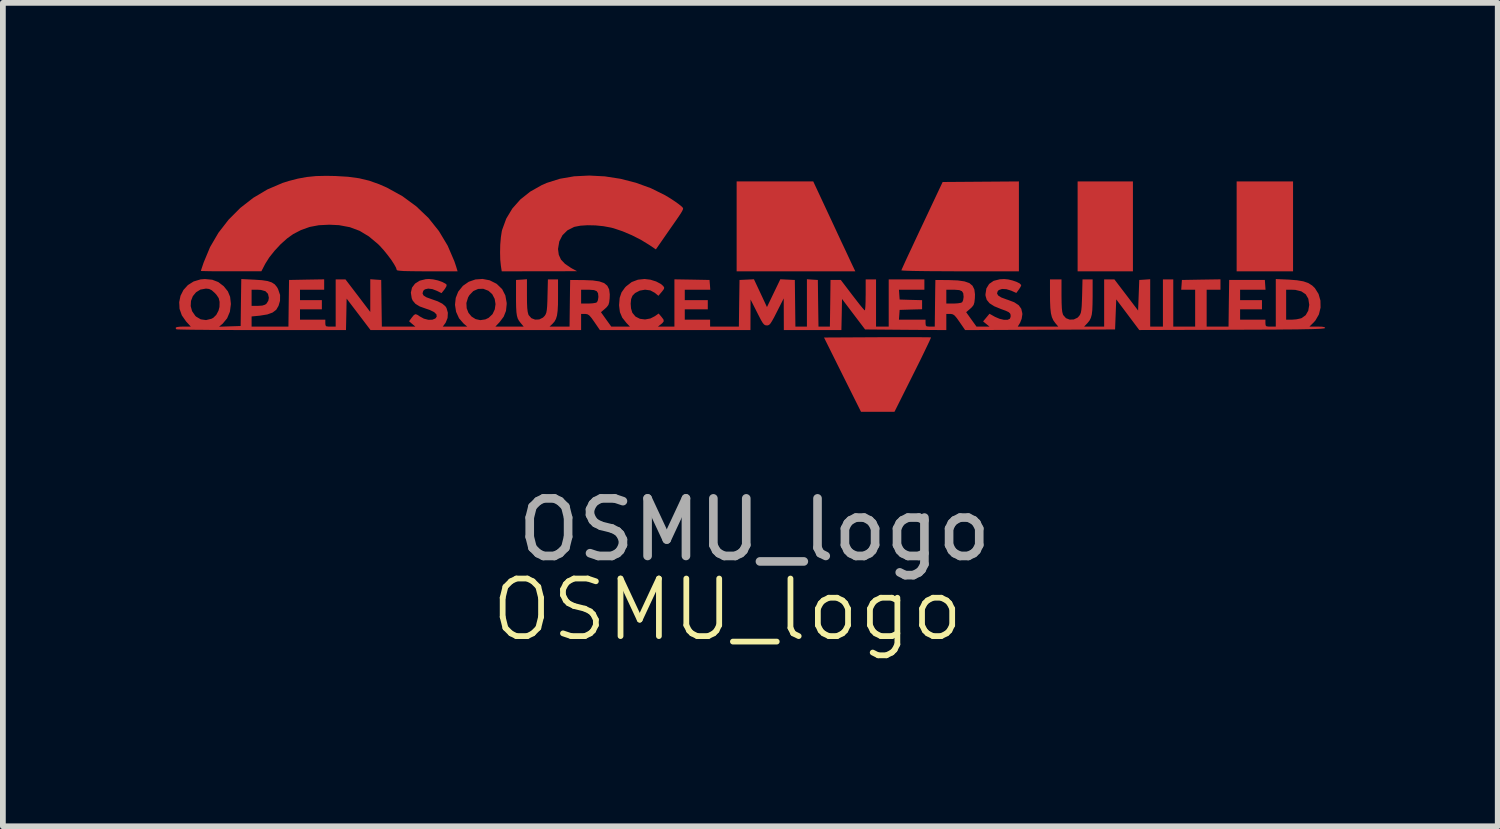
<source format=kicad_pcb>
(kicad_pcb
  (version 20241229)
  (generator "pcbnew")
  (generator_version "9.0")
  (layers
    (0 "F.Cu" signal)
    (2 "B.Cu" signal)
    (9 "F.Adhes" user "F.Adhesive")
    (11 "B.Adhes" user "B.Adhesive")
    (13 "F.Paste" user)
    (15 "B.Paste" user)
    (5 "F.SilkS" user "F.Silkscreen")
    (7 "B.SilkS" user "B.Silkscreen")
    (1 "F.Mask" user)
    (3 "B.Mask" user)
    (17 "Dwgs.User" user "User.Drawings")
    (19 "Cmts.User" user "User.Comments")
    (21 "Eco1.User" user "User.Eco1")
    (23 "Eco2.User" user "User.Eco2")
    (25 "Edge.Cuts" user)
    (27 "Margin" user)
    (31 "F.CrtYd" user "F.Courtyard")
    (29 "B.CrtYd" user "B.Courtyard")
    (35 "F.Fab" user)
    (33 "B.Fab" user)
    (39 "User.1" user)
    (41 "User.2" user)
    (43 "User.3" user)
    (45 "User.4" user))
  (footprint "OSMU_logo"
    (layer "F.Cu")
    (at 9.708 2.144)
    (property "Reference" "OSMU_logo" (at -0.12 5.4 0) (unlocked yes) (layer "F.SilkS") (effects (font (size 1 1) (thickness 0.1))))
    (attr smd)
    (fp_poly (pts (xy 6.925 -1.261) (xy 6.925 -0.48) (xy 6.445 -0.48) (xy 5.964 -0.48) (xy 5.964 -1.261) (xy 5.964 -2.042) (xy 6.445 -2.042) (xy 6.925 -2.042)) (stroke (width 0) (type solid)) (fill yes) (layer "F.Cu"))
    (fp_poly (pts (xy 9.707 -1.261) (xy 9.707 -0.48) (xy 9.217 -0.48) (xy 8.727 -0.48) (xy 8.727 -1.261) (xy 8.727 -2.042) (xy 9.217 -2.042) (xy 9.707 -2.042)) (stroke (width 0) (type solid)) (fill yes) (layer "F.Cu"))
    (fp_poly (pts (xy 0.705 -2.042) (xy 1.371 -2.042) (xy 1.71 -1.316) (xy 1.785 -1.155) (xy 1.855 -1.004) (xy 1.92 -0.867) (xy 1.976 -0.747) (xy 2.021 -0.65) (xy 2.054 -0.58) (xy 2.073 -0.541) (xy 2.075 -0.536) (xy 2.102 -0.48) (xy 1.071 -0.48) (xy 0.04 -0.48) (xy 0.04 -1.261) (xy 0.04 -2.042)) (stroke (width 0) (type solid)) (fill yes) (layer "F.Cu"))
    (fp_poly (pts (xy 3.146 0.664) (xy 3.261 0.665) (xy 3.346 0.665) (xy 3.4 0.667) (xy 3.417 0.668) (xy 3.41 0.687) (xy 3.387 0.738) (xy 3.35 0.816) (xy 3.301 0.918) (xy 3.242 1.04) (xy 3.174 1.177) (xy 3.103 1.319) (xy 2.782 1.961) (xy 2.491 1.961) (xy 2.201 1.961) (xy 1.879 1.316) (xy 1.558 0.67) (xy 2.483 0.665) (xy 2.672 0.664) (xy 2.848 0.664) (xy 3.007 0.664)) (stroke (width 0) (type solid)) (fill yes) (layer "F.Cu"))
    (fp_poly (pts (xy 4.944 -1.261) (xy 4.944 -0.48) (xy 3.923 -0.48) (xy 3.725 -0.481) (xy 3.54 -0.482) (xy 3.371 -0.483) (xy 3.222 -0.485) (xy 3.097 -0.487) (xy 3 -0.49) (xy 2.934 -0.493) (xy 2.904 -0.496) (xy 2.902 -0.497) (xy 2.91 -0.518) (xy 2.934 -0.571) (xy 2.971 -0.653) (xy 3.02 -0.759) (xy 3.08 -0.886) (xy 3.147 -1.03) (xy 3.221 -1.188) (xy 3.261 -1.272) (xy 3.619 -2.032) (xy 4.282 -2.037) (xy 4.944 -2.042)) (stroke (width 0) (type solid)) (fill yes) (layer "F.Cu"))
    (fp_poly (pts (xy -2.251 -2.13) (xy -1.979 -2.088) (xy -1.71 -2.019) (xy -1.451 -1.925) (xy -1.208 -1.805) (xy -1.105 -1.743) (xy -1.031 -1.694) (xy -0.967 -1.648) (xy -0.923 -1.613) (xy -0.912 -1.603) (xy -0.901 -1.591) (xy -0.893 -1.582) (xy -0.89 -1.569) (xy -0.895 -1.551) (xy -0.909 -1.522) (xy -0.935 -1.479) (xy -0.976 -1.418) (xy -1.033 -1.336) (xy -1.109 -1.227) (xy -1.186 -1.116) (xy -1.363 -0.861) (xy -1.485 -0.943) (xy -1.624 -1.028) (xy -1.782 -1.108) (xy -1.945 -1.177) (xy -2.097 -1.228) (xy -2.143 -1.24) (xy -2.273 -1.264) (xy -2.412 -1.278) (xy -2.55 -1.281) (xy -2.674 -1.273) (xy -2.773 -1.254) (xy -2.786 -1.25) (xy -2.9 -1.192) (xy -2.986 -1.107) (xy -3.041 -1) (xy -3.062 -0.876) (xy -3.063 -0.866) (xy -3.05 -0.768) (xy -3.012 -0.684) (xy -2.942 -0.61) (xy -2.837 -0.539) (xy -2.814 -0.526) (xy -2.732 -0.482) (xy -3.387 -0.481) (xy -4.041 -0.48) (xy -4.056 -0.576) (xy -4.067 -0.683) (xy -4.07 -0.81) (xy -4.067 -0.945) (xy -4.056 -1.072) (xy -4.04 -1.177) (xy -4.034 -1.201) (xy -3.963 -1.395) (xy -3.857 -1.571) (xy -3.717 -1.729) (xy -3.546 -1.865) (xy -3.346 -1.978) (xy -3.26 -2.016) (xy -3.032 -2.088) (xy -2.783 -2.131) (xy -2.521 -2.144)) (stroke (width 0) (type solid)) (fill yes) (layer "F.Cu"))
    (fp_poly (pts (xy -6.929 -2.136) (xy -6.711 -2.123) (xy -6.52 -2.097) (xy -6.344 -2.055) (xy -6.172 -1.994) (xy -6.035 -1.934) (xy -5.767 -1.786) (xy -5.527 -1.61) (xy -5.314 -1.407) (xy -5.132 -1.179) (xy -4.981 -0.927) (xy -4.864 -0.655) (xy -4.834 -0.566) (xy -4.808 -0.48) (xy -5.336 -0.48) (xy -5.508 -0.481) (xy -5.642 -0.483) (xy -5.742 -0.485) (xy -5.81 -0.49) (xy -5.85 -0.495) (xy -5.865 -0.503) (xy -5.865 -0.504) (xy -5.878 -0.544) (xy -5.912 -0.605) (xy -5.962 -0.682) (xy -6.024 -0.764) (xy -6.09 -0.846) (xy -6.157 -0.92) (xy -6.19 -0.953) (xy -6.349 -1.086) (xy -6.509 -1.183) (xy -6.68 -1.247) (xy -6.868 -1.282) (xy -7.036 -1.29) (xy -7.219 -1.281) (xy -7.378 -1.251) (xy -7.527 -1.198) (xy -7.664 -1.127) (xy -7.769 -1.052) (xy -7.881 -0.952) (xy -7.988 -0.837) (xy -8.081 -0.72) (xy -8.149 -0.612) (xy -8.217 -0.481) (xy -8.742 -0.481) (xy -8.882 -0.481) (xy -9.009 -0.481) (xy -9.115 -0.482) (xy -9.198 -0.484) (xy -9.25 -0.485) (xy -9.268 -0.487) (xy -9.262 -0.508) (xy -9.246 -0.556) (xy -9.223 -0.624) (xy -9.218 -0.638) (xy -9.108 -0.902) (xy -8.963 -1.15) (xy -8.787 -1.377) (xy -8.585 -1.58) (xy -8.358 -1.757) (xy -8.112 -1.903) (xy -7.848 -2.016) (xy -7.74 -2.05) (xy -7.581 -2.091) (xy -7.427 -2.119) (xy -7.267 -2.135) (xy -7.09 -2.139)) (stroke (width 0) (type solid)) (fill yes) (layer "F.Cu"))
    (fp_poly (pts (xy -4.25 -0.324) (xy -4.133 -0.265) (xy -4.125 -0.259) (xy -4.034 -0.171) (xy -3.978 -0.061) (xy -3.955 0.069) (xy -3.955 0.09) (xy -3.967 0.207) (xy -4.007 0.308) (xy -4.08 0.405) (xy -4.09 0.415) (xy -4.151 0.48) (xy -3.905 0.48) (xy -3.66 0.48) (xy -3.711 0.419) (xy -3.741 0.38) (xy -3.763 0.34) (xy -3.777 0.292) (xy -3.786 0.229) (xy -3.791 0.143) (xy -3.793 0.028) (xy -3.793 -0.04) (xy -3.793 -0.33) (xy -3.698 -0.336) (xy -3.603 -0.343) (xy -3.603 -0.06) (xy -3.602 0.066) (xy -3.598 0.158) (xy -3.59 0.223) (xy -3.579 0.267) (xy -3.573 0.281) (xy -3.526 0.334) (xy -3.461 0.359) (xy -3.39 0.356) (xy -3.325 0.324) (xy -3.295 0.294) (xy -3.278 0.267) (xy -3.266 0.235) (xy -3.258 0.19) (xy -3.252 0.125) (xy -3.248 0.033) (xy -3.246 -0.052) (xy -3.239 -0.34) (xy -3.151 -0.34) (xy -3.063 -0.34) (xy -3.063 -0.039) (xy -3.064 0.1) (xy -3.07 0.207) (xy -3.081 0.287) (xy -3.099 0.347) (xy -3.125 0.394) (xy -3.161 0.434) (xy -3.164 0.437) (xy -3.21 0.48) (xy -3.037 0.48) (xy -2.863 0.48) (xy -2.858 0.075) (xy -2.855 -0.16) (xy -2.662 -0.16) (xy -2.662 -0.04) (xy -2.662 0.08) (xy -2.536 0.08) (xy -2.464 0.076) (xy -2.409 0.067) (xy -2.386 0.056) (xy -2.37 0.021) (xy -2.362 -0.033) (xy -2.362 -0.04) (xy -2.368 -0.099) (xy -2.391 -0.135) (xy -2.437 -0.154) (xy -2.515 -0.16) (xy -2.536 -0.16) (xy -2.662 -0.16) (xy -2.855 -0.16) (xy -2.852 -0.33) (xy -2.612 -0.328) (xy -2.461 -0.322) (xy -2.346 -0.305) (xy -2.262 -0.276) (xy -2.207 -0.23) (xy -2.175 -0.166) (xy -2.164 -0.081) (xy -2.166 -0.013) (xy -2.174 0.058) (xy -2.188 0.104) (xy -2.216 0.141) (xy -2.246 0.169) (xy -2.317 0.23) (xy -2.228 0.355) (xy -2.138 0.48) (xy -1.976 0.48) (xy -1.814 0.48) (xy -1.876 0.415) (xy -1.948 0.324) (xy -1.988 0.229) (xy -2.002 0.117) (xy -2.002 0.1) (xy -1.992 -0.019) (xy -1.96 -0.114) (xy -1.9 -0.198) (xy -1.88 -0.219) (xy -1.783 -0.294) (xy -1.674 -0.335) (xy -1.56 -0.347) (xy -1.459 -0.335) (xy -1.359 -0.304) (xy -1.274 -0.259) (xy -1.236 -0.225) (xy -1.219 -0.2) (xy -1.222 -0.175) (xy -1.249 -0.138) (xy -1.262 -0.122) (xy -1.319 -0.055) (xy -1.382 -0.107) (xy -1.46 -0.149) (xy -1.551 -0.161) (xy -1.643 -0.145) (xy -1.724 -0.103) (xy -1.77 -0.056) (xy -1.793 0.002) (xy -1.801 0.081) (xy -1.795 0.163) (xy -1.774 0.234) (xy -1.771 0.241) (xy -1.717 0.306) (xy -1.64 0.345) (xy -1.551 0.356) (xy -1.458 0.339) (xy -1.38 0.299) (xy -1.315 0.253) (xy -1.268 0.308) (xy -1.232 0.355) (xy -1.226 0.387) (xy -1.249 0.418) (xy -1.274 0.439) (xy -1.327 0.48) (xy -1.184 0.48) (xy -1.041 0.48) (xy -1.041 0.069) (xy -1.041 -0.341) (xy -0.736 -0.336) (xy -0.431 -0.33) (xy -0.424 -0.245) (xy -0.418 -0.16) (xy -0.64 -0.16) (xy -0.861 -0.16) (xy -0.861 -0.07) (xy -0.861 0.02) (xy -0.661 0.02) (xy -0.461 0.02) (xy -0.461 0.1) (xy -0.461 0.18) (xy -0.661 0.18) (xy -0.861 0.18) (xy -0.861 0.27) (xy -0.861 0.36) (xy -0.641 0.36) (xy -0.421 0.36) (xy -0.421 0.42) (xy -0.421 0.48) (xy -0.171 0.48) (xy 0.079 0.48) (xy 0.084 0.075) (xy 0.09 -0.33) (xy 0.215 -0.336) (xy 0.341 -0.342) (xy 0.454 -0.101) (xy 0.567 0.141) (xy 0.683 -0.101) (xy 0.799 -0.342) (xy 0.925 -0.336) (xy 1.051 -0.33) (xy 1.056 0.075) (xy 1.061 0.48) (xy 1.161 0.48) (xy 1.261 0.48) (xy 1.261 0.069) (xy 1.261 -0.343) (xy 1.356 -0.336) (xy 1.451 -0.33) (xy 1.456 0.075) (xy 1.462 0.48) (xy 1.561 0.48) (xy 1.66 0.48) (xy 1.666 0.075) (xy 1.671 -0.33) (xy 1.761 -0.33) (xy 1.85 -0.33) (xy 2.051 -0.066) (xy 2.119 0.022) (xy 2.178 0.098) (xy 2.226 0.156) (xy 2.257 0.191) (xy 2.267 0.199) (xy 2.272 0.181) (xy 2.277 0.129) (xy 2.28 0.053) (xy 2.281 -0.042) (xy 2.282 -0.07) (xy 2.282 -0.34) (xy 2.372 -0.34) (xy 2.462 -0.34) (xy 2.462 0.07) (xy 2.462 0.48) (xy 2.572 0.48) (xy 2.682 0.48) (xy 2.682 0.07) (xy 2.682 -0.34) (xy 2.992 -0.34) (xy 3.302 -0.34) (xy 3.302 -0.25) (xy 3.302 -0.16) (xy 3.081 -0.16) (xy 2.86 -0.16) (xy 2.866 -0.075) (xy 2.872 0.01) (xy 3.067 0.016) (xy 3.262 0.021) (xy 3.262 0.1) (xy 3.262 0.179) (xy 3.067 0.184) (xy 2.872 0.19) (xy 2.866 0.275) (xy 2.86 0.36) (xy 3.091 0.36) (xy 3.322 0.36) (xy 3.322 0.42) (xy 3.326 0.459) (xy 3.343 0.476) (xy 3.386 0.48) (xy 3.402 0.48) (xy 3.482 0.48) (xy 3.487 0.075) (xy 3.49 -0.16) (xy 3.683 -0.16) (xy 3.683 -0.04) (xy 3.683 0.08) (xy 3.809 0.08) (xy 3.881 0.076) (xy 3.936 0.067) (xy 3.959 0.056) (xy 3.975 0.021) (xy 3.983 -0.033) (xy 3.983 -0.04) (xy 3.977 -0.099) (xy 3.954 -0.135) (xy 3.908 -0.154) (xy 3.83 -0.16) (xy 3.809 -0.16) (xy 3.683 -0.16) (xy 3.49 -0.16) (xy 3.493 -0.33) (xy 3.733 -0.328) (xy 3.884 -0.322) (xy 3.999 -0.305) (xy 4.083 -0.276) (xy 4.138 -0.23) (xy 4.17 -0.166) (xy 4.181 -0.081) (xy 4.179 -0.013) (xy 4.171 0.058) (xy 4.157 0.104) (xy 4.129 0.141) (xy 4.099 0.169) (xy 4.028 0.23) (xy 4.117 0.355) (xy 4.207 0.48) (xy 4.32 0.48) (xy 4.433 0.48) (xy 4.377 0.435) (xy 4.322 0.39) (xy 4.377 0.324) (xy 4.433 0.257) (xy 4.529 0.311) (xy 4.606 0.344) (xy 4.683 0.362) (xy 4.748 0.362) (xy 4.787 0.344) (xy 4.8 0.311) (xy 4.8 0.277) (xy 4.791 0.252) (xy 4.766 0.229) (xy 4.718 0.206) (xy 4.639 0.177) (xy 4.633 0.175) (xy 4.516 0.127) (xy 4.434 0.075) (xy 4.385 0.015) (xy 4.364 -0.056) (xy 4.363 -0.081) (xy 4.379 -0.183) (xy 4.427 -0.261) (xy 4.505 -0.315) (xy 4.613 -0.342) (xy 4.688 -0.346) (xy 4.759 -0.339) (xy 4.834 -0.321) (xy 4.904 -0.297) (xy 4.957 -0.27) (xy 4.983 -0.243) (xy 4.984 -0.238) (xy 4.973 -0.21) (xy 4.946 -0.168) (xy 4.941 -0.161) (xy 4.899 -0.104) (xy 4.811 -0.144) (xy 4.726 -0.17) (xy 4.651 -0.174) (xy 4.595 -0.155) (xy 4.576 -0.135) (xy 4.564 -0.096) (xy 4.584 -0.06) (xy 4.638 -0.026) (xy 4.729 0.008) (xy 4.748 0.014) (xy 4.862 0.057) (xy 4.94 0.108) (xy 4.985 0.17) (xy 5.003 0.247) (xy 5.004 0.267) (xy 4.992 0.345) (xy 4.964 0.415) (xy 4.924 0.48) (xy 5.276 0.48) (xy 5.628 0.48) (xy 5.577 0.42) (xy 5.542 0.371) (xy 5.517 0.316) (xy 5.5 0.247) (xy 5.49 0.156) (xy 5.485 0.038) (xy 5.484 -0.065) (xy 5.484 -0.34) (xy 5.584 -0.34) (xy 5.684 -0.34) (xy 5.684 -0.059) (xy 5.686 0.067) (xy 5.69 0.159) (xy 5.697 0.224) (xy 5.709 0.268) (xy 5.715 0.281) (xy 5.762 0.334) (xy 5.827 0.359) (xy 5.898 0.356) (xy 5.963 0.325) (xy 5.992 0.294) (xy 6.009 0.267) (xy 6.021 0.235) (xy 6.029 0.189) (xy 6.035 0.124) (xy 6.039 0.03) (xy 6.042 -0.051) (xy 6.049 -0.34) (xy 6.137 -0.34) (xy 6.225 -0.34) (xy 6.225 -0.041) (xy 6.223 0.094) (xy 6.219 0.196) (xy 6.21 0.272) (xy 6.194 0.329) (xy 6.171 0.375) (xy 6.138 0.416) (xy 6.13 0.425) (xy 6.077 0.48) (xy 6.251 0.48) (xy 6.425 0.48) (xy 6.425 0.07) (xy 6.425 -0.34) (xy 6.514 -0.34) (xy 6.603 -0.34) (xy 6.809 -0.07) (xy 7.015 0.201) (xy 7.025 -0.065) (xy 7.035 -0.33) (xy 7.13 -0.336) (xy 7.225 -0.343) (xy 7.225 0.069) (xy 7.225 0.48) (xy 7.336 0.48) (xy 7.446 0.48) (xy 7.446 0.07) (xy 7.446 -0.34) (xy 7.536 -0.34) (xy 7.626 -0.34) (xy 7.626 0.07) (xy 7.626 0.48) (xy 7.816 0.48) (xy 8.006 0.48) (xy 8.006 0.16) (xy 8.006 -0.16) (xy 7.885 -0.16) (xy 7.764 -0.16) (xy 7.77 -0.245) (xy 7.776 -0.33) (xy 8.111 -0.336) (xy 8.446 -0.341) (xy 8.446 -0.251) (xy 8.446 -0.16) (xy 8.326 -0.16) (xy 8.206 -0.16) (xy 8.206 0.16) (xy 8.206 0.48) (xy 8.396 0.48) (xy 8.586 0.48) (xy 8.591 0.075) (xy 8.597 -0.33) (xy 8.907 -0.33) (xy 9.217 -0.33) (xy 9.223 -0.245) (xy 9.229 -0.16) (xy 9.008 -0.16) (xy 8.787 -0.16) (xy 8.787 -0.07) (xy 8.787 0.02) (xy 8.977 0.02) (xy 9.167 0.02) (xy 9.167 0.1) (xy 9.167 0.18) (xy 8.977 0.18) (xy 8.787 0.18) (xy 8.787 0.27) (xy 8.787 0.36) (xy 9.007 0.36) (xy 9.227 0.36) (xy 9.227 0.42) (xy 9.23 0.457) (xy 9.245 0.475) (xy 9.283 0.48) (xy 9.317 0.48) (xy 9.407 0.48) (xy 9.407 0.067) (xy 9.407 -0.16) (xy 9.587 -0.16) (xy 9.587 0.1) (xy 9.587 0.36) (xy 9.688 0.36) (xy 9.764 0.354) (xy 9.835 0.339) (xy 9.857 0.332) (xy 9.926 0.282) (xy 9.971 0.204) (xy 9.988 0.105) (xy 9.988 0.1) (xy 9.972 -0.004) (xy 9.927 -0.081) (xy 9.851 -0.132) (xy 9.745 -0.158) (xy 9.688 -0.16) (xy 9.587 -0.16) (xy 9.407 -0.16) (xy 9.407 -0.346) (xy 9.632 -0.336) (xy 9.775 -0.325) (xy 9.886 -0.306) (xy 9.971 -0.277) (xy 10.039 -0.234) (xy 10.086 -0.189) (xy 10.15 -0.087) (xy 10.183 0.029) (xy 10.185 0.151) (xy 10.156 0.269) (xy 10.096 0.373) (xy 10.068 0.405) (xy 9.992 0.48) (xy 10.132 0.48) (xy 10.209 0.482) (xy 10.251 0.489) (xy 10.264 0.502) (xy 10.263 0.505) (xy 10.253 0.51) (xy 10.227 0.514) (xy 10.182 0.518) (xy 10.116 0.521) (xy 10.026 0.524) (xy 9.911 0.526) (xy 9.768 0.529) (xy 9.595 0.53) (xy 9.391 0.532) (xy 9.152 0.533) (xy 8.877 0.534) (xy 8.645 0.535) (xy 7.035 0.54) (xy 6.835 0.273) (xy 6.635 0.007) (xy 6.625 0.269) (xy 6.615 0.53) (xy 5.312 0.535) (xy 4.01 0.541) (xy 3.913 0.4) (xy 3.864 0.331) (xy 3.828 0.289) (xy 3.798 0.268) (xy 3.767 0.261) (xy 3.749 0.26) (xy 3.683 0.26) (xy 3.683 0.4) (xy 3.683 0.541) (xy 2.977 0.536) (xy 2.272 0.53) (xy 2.071 0.265) (xy 1.871 0.000122) (xy 1.866 0.27) (xy 1.86 0.54) (xy 1.36 0.54) (xy 0.86 0.54) (xy 0.859 0.265) (xy 0.858 -0.01) (xy 0.739 0.225) (xy 0.69 0.321) (xy 0.653 0.387) (xy 0.626 0.428) (xy 0.604 0.45) (xy 0.582 0.459) (xy 0.565 0.46) (xy 0.54 0.457) (xy 0.518 0.445) (xy 0.494 0.417) (xy 0.464 0.367) (xy 0.424 0.29) (xy 0.396 0.235) (xy 0.282 0.01) (xy 0.281 0.275) (xy 0.28 0.54) (xy -1.028 0.54) (xy -2.336 0.54) (xy -2.432 0.4) (xy -2.481 0.331) (xy -2.517 0.289) (xy -2.547 0.268) (xy -2.578 0.261) (xy -2.596 0.26) (xy -2.662 0.26) (xy -2.662 0.4) (xy -2.662 0.54) (xy -4.491 0.54) (xy -6.321 0.54) (xy -6.528 0.267) (xy -6.736 -0.006) (xy -6.741 0.267) (xy -6.747 0.54) (xy -8.214 0.54) (xy -8.453 0.54) (xy -8.68 0.54) (xy -8.892 0.539) (xy -9.086 0.538) (xy -9.259 0.536) (xy -9.408 0.535) (xy -9.529 0.533) (xy -9.619 0.531) (xy -9.675 0.529) (xy -9.695 0.527) (xy -9.708 0.504) (xy -9.689 0.489) (xy -9.635 0.482) (xy -9.575 0.48) (xy -9.443 0.48) (xy -9.524 0.392) (xy -9.599 0.285) (xy -9.639 0.171) (xy -9.641 0.124) (xy -9.445 0.124) (xy -9.421 0.212) (xy -9.365 0.293) (xy -9.352 0.306) (xy -9.271 0.354) (xy -9.179 0.367) (xy -9.086 0.345) (xy -9.053 0.328) (xy -9.001 0.277) (xy -8.962 0.204) (xy -8.945 0.139) (xy -8.943 0.051) (xy -8.958 -0.014) (xy -8.997 -0.072) (xy -9.025 -0.103) (xy -9.079 -0.151) (xy -9.125 -0.174) (xy -9.179 -0.18) (xy -9.18 -0.18) (xy -9.276 -0.163) (xy -9.352 -0.116) (xy -9.408 -0.048) (xy -9.44 0.034) (xy -9.445 0.124) (xy -9.641 0.124) (xy -9.645 0.056) (xy -9.622 -0.055) (xy -9.571 -0.156) (xy -9.494 -0.241) (xy -9.394 -0.304) (xy -9.274 -0.34) (xy -9.198 -0.346) (xy -9.071 -0.334) (xy -8.966 -0.294) (xy -8.873 -0.223) (xy -8.869 -0.219) (xy -8.799 -0.132) (xy -8.76 -0.037) (xy -8.747 0.08) (xy -8.747 0.093) (xy -8.764 0.222) (xy -8.812 0.336) (xy -8.887 0.427) (xy -8.891 0.431) (xy -8.952 0.482) (xy -8.765 0.476) (xy -8.577 0.47) (xy -8.572 0.062) (xy -8.569 -0.16) (xy -8.387 -0.16) (xy -8.387 -0.02) (xy -8.387 0.12) (xy -8.277 0.12) (xy -8.201 0.115) (xy -8.152 0.099) (xy -8.127 0.08) (xy -8.096 0.029) (xy -8.087 -0.02) (xy -8.102 -0.089) (xy -8.147 -0.135) (xy -8.225 -0.157) (xy -8.277 -0.16) (xy -8.387 -0.16) (xy -8.569 -0.16) (xy -8.566 -0.346) (xy -8.338 -0.335) (xy -8.206 -0.326) (xy -8.108 -0.311) (xy -8.036 -0.287) (xy -7.984 -0.253) (xy -7.945 -0.205) (xy -7.927 -0.172) (xy -7.892 -0.069) (xy -7.893 0.032) (xy -7.919 0.12) (xy -7.959 0.188) (xy -8.022 0.236) (xy -8.113 0.269) (xy -8.237 0.289) (xy -8.242 0.29) (xy -8.387 0.304) (xy -8.387 0.392) (xy -8.387 0.48) (xy -8.067 0.48) (xy -7.747 0.48) (xy -7.742 0.075) (xy -7.736 -0.33) (xy -7.431 -0.336) (xy -7.126 -0.341) (xy -7.126 -0.251) (xy -7.126 -0.16) (xy -7.336 -0.16) (xy -7.546 -0.16) (xy -7.546 -0.07) (xy -7.546 0.02) (xy -7.356 0.02) (xy -7.166 0.02) (xy -7.166 0.1) (xy -7.166 0.18) (xy -7.356 0.18) (xy -7.546 0.18) (xy -7.546 0.27) (xy -7.546 0.36) (xy -7.326 0.36) (xy -7.106 0.36) (xy -7.106 0.42) (xy -7.103 0.457) (xy -7.088 0.475) (xy -7.05 0.48) (xy -7.016 0.48) (xy -6.926 0.48) (xy -6.926 0.07) (xy -6.926 -0.34) (xy -6.841 -0.34) (xy -6.756 -0.34) (xy -6.54 -0.057) (xy -6.325 0.226) (xy -6.325 -0.058) (xy -6.325 -0.343) (xy -6.23 -0.336) (xy -6.135 -0.33) (xy -6.13 0.075) (xy -6.124 0.48) (xy -5.833 0.48) (xy -5.542 0.48) (xy -5.597 0.434) (xy -5.651 0.387) (xy -5.604 0.324) (xy -5.566 0.278) (xy -5.536 0.264) (xy -5.499 0.279) (xy -5.467 0.302) (xy -5.394 0.342) (xy -5.317 0.362) (xy -5.248 0.361) (xy -5.195 0.34) (xy -5.171 0.309) (xy -5.175 0.268) (xy -5.216 0.228) (xy -5.292 0.191) (xy -5.354 0.17) (xy -5.464 0.131) (xy -5.54 0.085) (xy -5.588 0.028) (xy -5.605 -0.012) (xy -5.62 -0.11) (xy -5.6 -0.197) (xy -5.547 -0.267) (xy -5.466 -0.318) (xy -5.36 -0.344) (xy -5.304 -0.347) (xy -5.231 -0.34) (xy -5.15 -0.322) (xy -5.076 -0.296) (xy -5.02 -0.267) (xy -4.998 -0.247) (xy -5.002 -0.221) (xy -5.026 -0.179) (xy -5.037 -0.164) (xy -5.087 -0.101) (xy -5.165 -0.14) (xy -5.245 -0.171) (xy -5.319 -0.18) (xy -5.376 -0.167) (xy -5.404 -0.142) (xy -5.417 -0.097) (xy -5.4 -0.061) (xy -5.35 -0.029) (xy -5.271 -0.000366) (xy -5.156 0.04) (xy -5.075 0.081) (xy -5.022 0.125) (xy -5.001 0.156) (xy -4.977 0.239) (xy -4.982 0.33) (xy -5.015 0.412) (xy -5.02 0.419) (xy -5.065 0.48) (xy -4.853 0.48) (xy -4.641 0.48) (xy -4.703 0.428) (xy -4.783 0.336) (xy -4.834 0.224) (xy -4.853 0.103) (xy -4.85 0.07) (xy -4.655 0.07) (xy -4.65 0.161) (xy -4.619 0.241) (xy -4.565 0.306) (xy -4.495 0.35) (xy -4.413 0.368) (xy -4.326 0.355) (xy -4.269 0.328) (xy -4.201 0.264) (xy -4.162 0.181) (xy -4.149 0.089) (xy -4.164 -0.002) (xy -4.207 -0.084) (xy -4.272 -0.142) (xy -4.362 -0.177) (xy -4.452 -0.174) (xy -4.535 -0.137) (xy -4.602 -0.067) (xy -4.626 -0.026) (xy -4.655 0.07) (xy -4.85 0.07) (xy -4.84 -0.019) (xy -4.797 -0.127) (xy -4.716 -0.228) (xy -4.614 -0.299) (xy -4.498 -0.339) (xy -4.374 -0.348)) (stroke (width 0) (type solid)) (fill yes) (layer "F.Cu"))
    (fp_text user "${REFERENCE}" (at 0.35 4.01 0) (unlocked yes) (layer "F.Fab") (effects (font (size 1 1) (thickness 0.15)))))
  (gr_rect
    (start -3 -3)
    (end 22.971 11.305)
    (stroke (width 0.1) (type default))
    (fill no)
    (layer "Edge.Cuts")))
</source>
